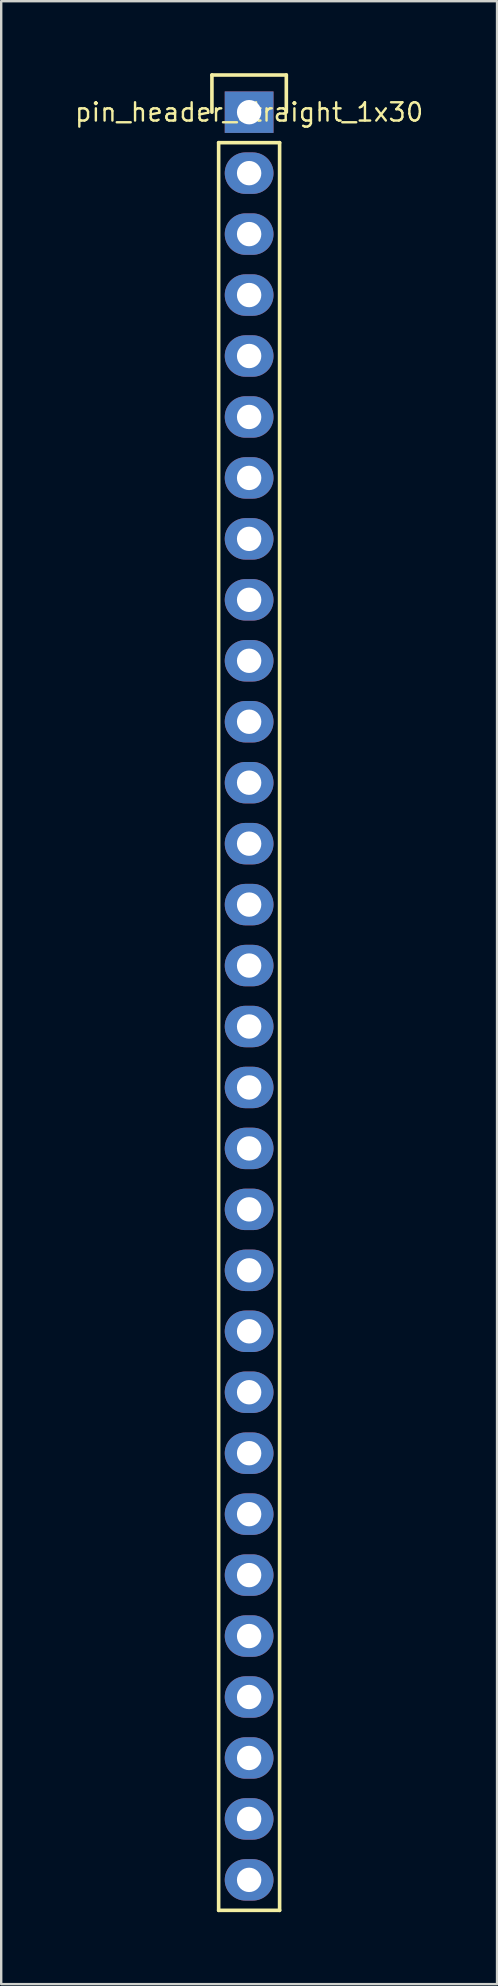
<source format=kicad_pcb>
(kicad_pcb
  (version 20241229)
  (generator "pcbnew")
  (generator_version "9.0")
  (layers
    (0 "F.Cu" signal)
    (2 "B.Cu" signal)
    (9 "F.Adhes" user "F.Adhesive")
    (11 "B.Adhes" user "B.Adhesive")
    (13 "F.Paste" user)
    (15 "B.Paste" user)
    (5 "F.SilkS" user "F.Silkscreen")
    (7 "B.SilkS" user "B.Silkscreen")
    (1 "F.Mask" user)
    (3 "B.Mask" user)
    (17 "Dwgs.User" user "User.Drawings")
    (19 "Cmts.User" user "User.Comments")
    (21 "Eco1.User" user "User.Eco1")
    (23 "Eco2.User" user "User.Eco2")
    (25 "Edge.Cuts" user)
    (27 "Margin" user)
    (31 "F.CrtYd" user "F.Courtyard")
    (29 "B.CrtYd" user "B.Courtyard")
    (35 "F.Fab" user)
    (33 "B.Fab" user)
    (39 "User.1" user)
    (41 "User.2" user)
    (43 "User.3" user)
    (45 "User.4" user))
  (footprint "pin_header_straight_1x30"
    (layer "F.Cu")
    (at 7.331 1.625)
    (property "Reference" "pin_header_straight_1x30" (at 0 0 0) (layer "F.SilkS") (effects (font (size 0.762 0.762) (thickness 0.1))))
    (attr through_hole)
    (fp_poly (pts (xy -1.166 1.014) (xy 1.166 1.014) (xy 1.166 -1.014) (xy -1.166 -1.014)) (stroke (width 0) (type solid)) (fill yes) (layer "F.Mask"))
    (fp_poly (pts (xy 0.152 3.554) (xy 0.35 3.534) (xy 0.54 3.476) (xy 0.716 3.383) (xy 0.869 3.257) (xy 0.995 3.103) (xy 1.089 2.928) (xy 1.147 2.738) (xy 1.166 2.54) (xy 1.147 2.342) (xy 1.089 2.152) (xy 0.995 1.977) (xy 0.869 1.823) (xy 0.716 1.697) (xy 0.54 1.604) (xy 0.35 1.546) (xy 0.152 1.526) (xy -0.152 1.526) (xy -0.35 1.546) (xy -0.54 1.604) (xy -0.716 1.697) (xy -0.869 1.823) (xy -0.995 1.977) (xy -1.089 2.152) (xy -1.147 2.342) (xy -1.166 2.54) (xy -1.147 2.738) (xy -1.089 2.928) (xy -0.995 3.103) (xy -0.869 3.257) (xy -0.716 3.383) (xy -0.54 3.476) (xy -0.35 3.534) (xy -0.152 3.554)) (stroke (width 0) (type solid)) (fill yes) (layer "F.Mask"))
    (fp_poly (pts (xy 0.152 6.094) (xy 0.35 6.074) (xy 0.54 6.016) (xy 0.716 5.923) (xy 0.869 5.797) (xy 0.995 5.643) (xy 1.089 5.468) (xy 1.147 5.278) (xy 1.166 5.08) (xy 1.147 4.882) (xy 1.089 4.692) (xy 0.995 4.517) (xy 0.869 4.363) (xy 0.716 4.237) (xy 0.54 4.144) (xy 0.35 4.086) (xy 0.152 4.066) (xy -0.152 4.066) (xy -0.35 4.086) (xy -0.54 4.144) (xy -0.716 4.237) (xy -0.869 4.363) (xy -0.995 4.517) (xy -1.089 4.692) (xy -1.147 4.882) (xy -1.166 5.08) (xy -1.147 5.278) (xy -1.089 5.468) (xy -0.995 5.643) (xy -0.869 5.797) (xy -0.716 5.923) (xy -0.54 6.016) (xy -0.35 6.074) (xy -0.152 6.094)) (stroke (width 0) (type solid)) (fill yes) (layer "F.Mask"))
    (fp_poly (pts (xy 0.152 8.634) (xy 0.35 8.614) (xy 0.54 8.556) (xy 0.716 8.463) (xy 0.869 8.337) (xy 0.995 8.183) (xy 1.089 8.008) (xy 1.147 7.818) (xy 1.166 7.62) (xy 1.147 7.422) (xy 1.089 7.232) (xy 0.995 7.057) (xy 0.869 6.903) (xy 0.716 6.777) (xy 0.54 6.684) (xy 0.35 6.626) (xy 0.152 6.606) (xy -0.152 6.606) (xy -0.35 6.626) (xy -0.54 6.684) (xy -0.716 6.777) (xy -0.869 6.903) (xy -0.995 7.057) (xy -1.089 7.232) (xy -1.147 7.422) (xy -1.166 7.62) (xy -1.147 7.818) (xy -1.089 8.008) (xy -0.995 8.183) (xy -0.869 8.337) (xy -0.716 8.463) (xy -0.54 8.556) (xy -0.35 8.614) (xy -0.152 8.634)) (stroke (width 0) (type solid)) (fill yes) (layer "F.Mask"))
    (fp_poly (pts (xy 0.152 11.174) (xy 0.35 11.154) (xy 0.54 11.096) (xy 0.716 11.003) (xy 0.869 10.877) (xy 0.995 10.723) (xy 1.089 10.548) (xy 1.147 10.358) (xy 1.166 10.16) (xy 1.147 9.962) (xy 1.089 9.772) (xy 0.995 9.597) (xy 0.869 9.443) (xy 0.716 9.317) (xy 0.54 9.224) (xy 0.35 9.166) (xy 0.152 9.146) (xy -0.152 9.146) (xy -0.35 9.166) (xy -0.54 9.224) (xy -0.716 9.317) (xy -0.869 9.443) (xy -0.995 9.597) (xy -1.089 9.772) (xy -1.147 9.962) (xy -1.166 10.16) (xy -1.147 10.358) (xy -1.089 10.548) (xy -0.995 10.723) (xy -0.869 10.877) (xy -0.716 11.003) (xy -0.54 11.096) (xy -0.35 11.154) (xy -0.152 11.174)) (stroke (width 0) (type solid)) (fill yes) (layer "F.Mask"))
    (fp_poly (pts (xy 0.152 13.714) (xy 0.35 13.694) (xy 0.54 13.636) (xy 0.716 13.543) (xy 0.869 13.417) (xy 0.995 13.263) (xy 1.089 13.088) (xy 1.147 12.898) (xy 1.166 12.7) (xy 1.147 12.502) (xy 1.089 12.312) (xy 0.995 12.137) (xy 0.869 11.983) (xy 0.716 11.857) (xy 0.54 11.764) (xy 0.35 11.706) (xy 0.152 11.686) (xy -0.152 11.686) (xy -0.35 11.706) (xy -0.54 11.764) (xy -0.716 11.857) (xy -0.869 11.983) (xy -0.995 12.137) (xy -1.089 12.312) (xy -1.147 12.502) (xy -1.166 12.7) (xy -1.147 12.898) (xy -1.089 13.088) (xy -0.995 13.263) (xy -0.869 13.417) (xy -0.716 13.543) (xy -0.54 13.636) (xy -0.35 13.694) (xy -0.152 13.714)) (stroke (width 0) (type solid)) (fill yes) (layer "F.Mask"))
    (fp_poly (pts (xy 0.152 16.254) (xy 0.35 16.234) (xy 0.54 16.176) (xy 0.716 16.083) (xy 0.869 15.957) (xy 0.995 15.803) (xy 1.089 15.628) (xy 1.147 15.438) (xy 1.166 15.24) (xy 1.147 15.042) (xy 1.089 14.852) (xy 0.995 14.677) (xy 0.869 14.523) (xy 0.716 14.397) (xy 0.54 14.304) (xy 0.35 14.246) (xy 0.152 14.226) (xy -0.152 14.226) (xy -0.35 14.246) (xy -0.54 14.304) (xy -0.716 14.397) (xy -0.869 14.523) (xy -0.995 14.677) (xy -1.089 14.852) (xy -1.147 15.042) (xy -1.166 15.24) (xy -1.147 15.438) (xy -1.089 15.628) (xy -0.995 15.803) (xy -0.869 15.957) (xy -0.716 16.083) (xy -0.54 16.176) (xy -0.35 16.234) (xy -0.152 16.254)) (stroke (width 0) (type solid)) (fill yes) (layer "F.Mask"))
    (fp_poly (pts (xy 0.152 18.794) (xy 0.35 18.774) (xy 0.54 18.716) (xy 0.716 18.623) (xy 0.869 18.497) (xy 0.995 18.343) (xy 1.089 18.168) (xy 1.147 17.978) (xy 1.166 17.78) (xy 1.147 17.582) (xy 1.089 17.392) (xy 0.995 17.217) (xy 0.869 17.063) (xy 0.716 16.937) (xy 0.54 16.844) (xy 0.35 16.786) (xy 0.152 16.766) (xy -0.152 16.766) (xy -0.35 16.786) (xy -0.54 16.844) (xy -0.716 16.937) (xy -0.869 17.063) (xy -0.995 17.217) (xy -1.089 17.392) (xy -1.147 17.582) (xy -1.166 17.78) (xy -1.147 17.978) (xy -1.089 18.168) (xy -0.995 18.343) (xy -0.869 18.497) (xy -0.716 18.623) (xy -0.54 18.716) (xy -0.35 18.774) (xy -0.152 18.794)) (stroke (width 0) (type solid)) (fill yes) (layer "F.Mask"))
    (fp_poly (pts (xy 0.152 21.334) (xy 0.35 21.314) (xy 0.54 21.256) (xy 0.716 21.163) (xy 0.869 21.037) (xy 0.995 20.883) (xy 1.089 20.708) (xy 1.147 20.518) (xy 1.166 20.32) (xy 1.147 20.122) (xy 1.089 19.932) (xy 0.995 19.757) (xy 0.869 19.603) (xy 0.716 19.477) (xy 0.54 19.384) (xy 0.35 19.326) (xy 0.152 19.306) (xy -0.152 19.306) (xy -0.35 19.326) (xy -0.54 19.384) (xy -0.716 19.477) (xy -0.869 19.603) (xy -0.995 19.757) (xy -1.089 19.932) (xy -1.147 20.122) (xy -1.166 20.32) (xy -1.147 20.518) (xy -1.089 20.708) (xy -0.995 20.883) (xy -0.869 21.037) (xy -0.716 21.163) (xy -0.54 21.256) (xy -0.35 21.314) (xy -0.152 21.334)) (stroke (width 0) (type solid)) (fill yes) (layer "F.Mask"))
    (fp_poly (pts (xy 0.152 23.874) (xy 0.35 23.854) (xy 0.54 23.796) (xy 0.716 23.703) (xy 0.869 23.577) (xy 0.995 23.423) (xy 1.089 23.248) (xy 1.147 23.058) (xy 1.166 22.86) (xy 1.147 22.662) (xy 1.089 22.472) (xy 0.995 22.297) (xy 0.869 22.143) (xy 0.716 22.017) (xy 0.54 21.924) (xy 0.35 21.866) (xy 0.152 21.846) (xy -0.152 21.846) (xy -0.35 21.866) (xy -0.54 21.924) (xy -0.716 22.017) (xy -0.869 22.143) (xy -0.995 22.297) (xy -1.089 22.472) (xy -1.147 22.662) (xy -1.166 22.86) (xy -1.147 23.058) (xy -1.089 23.248) (xy -0.995 23.423) (xy -0.869 23.577) (xy -0.716 23.703) (xy -0.54 23.796) (xy -0.35 23.854) (xy -0.152 23.874)) (stroke (width 0) (type solid)) (fill yes) (layer "F.Mask"))
    (fp_poly (pts (xy 0.152 26.414) (xy 0.35 26.394) (xy 0.54 26.336) (xy 0.716 26.243) (xy 0.869 26.117) (xy 0.995 25.963) (xy 1.089 25.788) (xy 1.147 25.598) (xy 1.166 25.4) (xy 1.147 25.202) (xy 1.089 25.012) (xy 0.995 24.837) (xy 0.869 24.683) (xy 0.716 24.557) (xy 0.54 24.464) (xy 0.35 24.406) (xy 0.152 24.386) (xy -0.152 24.386) (xy -0.35 24.406) (xy -0.54 24.464) (xy -0.716 24.557) (xy -0.869 24.683) (xy -0.995 24.837) (xy -1.089 25.012) (xy -1.147 25.202) (xy -1.166 25.4) (xy -1.147 25.598) (xy -1.089 25.788) (xy -0.995 25.963) (xy -0.869 26.117) (xy -0.716 26.243) (xy -0.54 26.336) (xy -0.35 26.394) (xy -0.152 26.414)) (stroke (width 0) (type solid)) (fill yes) (layer "F.Mask"))
    (fp_poly (pts (xy 0.152 28.954) (xy 0.35 28.934) (xy 0.54 28.876) (xy 0.716 28.783) (xy 0.869 28.657) (xy 0.995 28.503) (xy 1.089 28.328) (xy 1.147 28.138) (xy 1.166 27.94) (xy 1.147 27.742) (xy 1.089 27.552) (xy 0.995 27.377) (xy 0.869 27.223) (xy 0.716 27.097) (xy 0.54 27.004) (xy 0.35 26.946) (xy 0.152 26.926) (xy -0.152 26.926) (xy -0.35 26.946) (xy -0.54 27.004) (xy -0.716 27.097) (xy -0.869 27.223) (xy -0.995 27.377) (xy -1.089 27.552) (xy -1.147 27.742) (xy -1.166 27.94) (xy -1.147 28.138) (xy -1.089 28.328) (xy -0.995 28.503) (xy -0.869 28.657) (xy -0.716 28.783) (xy -0.54 28.876) (xy -0.35 28.934) (xy -0.152 28.954)) (stroke (width 0) (type solid)) (fill yes) (layer "F.Mask"))
    (fp_poly (pts (xy 0.152 31.494) (xy 0.35 31.474) (xy 0.54 31.416) (xy 0.716 31.323) (xy 0.869 31.197) (xy 0.995 31.043) (xy 1.089 30.868) (xy 1.147 30.678) (xy 1.166 30.48) (xy 1.147 30.282) (xy 1.089 30.092) (xy 0.995 29.917) (xy 0.869 29.763) (xy 0.716 29.637) (xy 0.54 29.544) (xy 0.35 29.486) (xy 0.152 29.466) (xy -0.152 29.466) (xy -0.35 29.486) (xy -0.54 29.544) (xy -0.716 29.637) (xy -0.869 29.763) (xy -0.995 29.917) (xy -1.089 30.092) (xy -1.147 30.282) (xy -1.166 30.48) (xy -1.147 30.678) (xy -1.089 30.868) (xy -0.995 31.043) (xy -0.869 31.197) (xy -0.716 31.323) (xy -0.54 31.416) (xy -0.35 31.474) (xy -0.152 31.494)) (stroke (width 0) (type solid)) (fill yes) (layer "F.Mask"))
    (fp_poly (pts (xy 0.152 34.034) (xy 0.35 34.014) (xy 0.54 33.956) (xy 0.716 33.863) (xy 0.869 33.737) (xy 0.995 33.583) (xy 1.089 33.408) (xy 1.147 33.218) (xy 1.166 33.02) (xy 1.147 32.822) (xy 1.089 32.632) (xy 0.995 32.457) (xy 0.869 32.303) (xy 0.716 32.177) (xy 0.54 32.084) (xy 0.35 32.026) (xy 0.152 32.006) (xy -0.152 32.006) (xy -0.35 32.026) (xy -0.54 32.084) (xy -0.716 32.177) (xy -0.869 32.303) (xy -0.995 32.457) (xy -1.089 32.632) (xy -1.147 32.822) (xy -1.166 33.02) (xy -1.147 33.218) (xy -1.089 33.408) (xy -0.995 33.583) (xy -0.869 33.737) (xy -0.716 33.863) (xy -0.54 33.956) (xy -0.35 34.014) (xy -0.152 34.034)) (stroke (width 0) (type solid)) (fill yes) (layer "F.Mask"))
    (fp_poly (pts (xy 0.152 36.574) (xy 0.35 36.554) (xy 0.54 36.496) (xy 0.716 36.403) (xy 0.869 36.277) (xy 0.995 36.123) (xy 1.089 35.948) (xy 1.147 35.758) (xy 1.166 35.56) (xy 1.147 35.362) (xy 1.089 35.172) (xy 0.995 34.997) (xy 0.869 34.843) (xy 0.716 34.717) (xy 0.54 34.624) (xy 0.35 34.566) (xy 0.152 34.546) (xy -0.152 34.546) (xy -0.35 34.566) (xy -0.54 34.624) (xy -0.716 34.717) (xy -0.869 34.843) (xy -0.995 34.997) (xy -1.089 35.172) (xy -1.147 35.362) (xy -1.166 35.56) (xy -1.147 35.758) (xy -1.089 35.948) (xy -0.995 36.123) (xy -0.869 36.277) (xy -0.716 36.403) (xy -0.54 36.496) (xy -0.35 36.554) (xy -0.152 36.574)) (stroke (width 0) (type solid)) (fill yes) (layer "F.Mask"))
    (fp_poly (pts (xy 0.152 39.114) (xy 0.35 39.094) (xy 0.54 39.036) (xy 0.716 38.943) (xy 0.869 38.817) (xy 0.995 38.663) (xy 1.089 38.488) (xy 1.147 38.298) (xy 1.166 38.1) (xy 1.147 37.902) (xy 1.089 37.712) (xy 0.995 37.537) (xy 0.869 37.383) (xy 0.716 37.257) (xy 0.54 37.164) (xy 0.35 37.106) (xy 0.152 37.086) (xy -0.152 37.086) (xy -0.35 37.106) (xy -0.54 37.164) (xy -0.716 37.257) (xy -0.869 37.383) (xy -0.995 37.537) (xy -1.089 37.712) (xy -1.147 37.902) (xy -1.166 38.1) (xy -1.147 38.298) (xy -1.089 38.488) (xy -0.995 38.663) (xy -0.869 38.817) (xy -0.716 38.943) (xy -0.54 39.036) (xy -0.35 39.094) (xy -0.152 39.114)) (stroke (width 0) (type solid)) (fill yes) (layer "F.Mask"))
    (fp_poly (pts (xy 0.152 41.654) (xy 0.35 41.634) (xy 0.54 41.576) (xy 0.716 41.483) (xy 0.869 41.357) (xy 0.995 41.203) (xy 1.089 41.028) (xy 1.147 40.838) (xy 1.166 40.64) (xy 1.147 40.442) (xy 1.089 40.252) (xy 0.995 40.077) (xy 0.869 39.923) (xy 0.716 39.797) (xy 0.54 39.704) (xy 0.35 39.646) (xy 0.152 39.626) (xy -0.152 39.626) (xy -0.35 39.646) (xy -0.54 39.704) (xy -0.716 39.797) (xy -0.869 39.923) (xy -0.995 40.077) (xy -1.089 40.252) (xy -1.147 40.442) (xy -1.166 40.64) (xy -1.147 40.838) (xy -1.089 41.028) (xy -0.995 41.203) (xy -0.869 41.357) (xy -0.716 41.483) (xy -0.54 41.576) (xy -0.35 41.634) (xy -0.152 41.654)) (stroke (width 0) (type solid)) (fill yes) (layer "F.Mask"))
    (fp_poly (pts (xy 0.152 44.194) (xy 0.35 44.174) (xy 0.54 44.116) (xy 0.716 44.023) (xy 0.869 43.897) (xy 0.995 43.743) (xy 1.089 43.568) (xy 1.147 43.378) (xy 1.166 43.18) (xy 1.147 42.982) (xy 1.089 42.792) (xy 0.995 42.617) (xy 0.869 42.463) (xy 0.716 42.337) (xy 0.54 42.244) (xy 0.35 42.186) (xy 0.152 42.166) (xy -0.152 42.166) (xy -0.35 42.186) (xy -0.54 42.244) (xy -0.716 42.337) (xy -0.869 42.463) (xy -0.995 42.617) (xy -1.089 42.792) (xy -1.147 42.982) (xy -1.166 43.18) (xy -1.147 43.378) (xy -1.089 43.568) (xy -0.995 43.743) (xy -0.869 43.897) (xy -0.716 44.023) (xy -0.54 44.116) (xy -0.35 44.174) (xy -0.152 44.194)) (stroke (width 0) (type solid)) (fill yes) (layer "F.Mask"))
    (fp_poly (pts (xy 0.152 46.734) (xy 0.35 46.714) (xy 0.54 46.656) (xy 0.716 46.563) (xy 0.869 46.437) (xy 0.995 46.283) (xy 1.089 46.108) (xy 1.147 45.918) (xy 1.166 45.72) (xy 1.147 45.522) (xy 1.089 45.332) (xy 0.995 45.157) (xy 0.869 45.003) (xy 0.716 44.877) (xy 0.54 44.784) (xy 0.35 44.726) (xy 0.152 44.706) (xy -0.152 44.706) (xy -0.35 44.726) (xy -0.54 44.784) (xy -0.716 44.877) (xy -0.869 45.003) (xy -0.995 45.157) (xy -1.089 45.332) (xy -1.147 45.522) (xy -1.166 45.72) (xy -1.147 45.918) (xy -1.089 46.108) (xy -0.995 46.283) (xy -0.869 46.437) (xy -0.716 46.563) (xy -0.54 46.656) (xy -0.35 46.714) (xy -0.152 46.734)) (stroke (width 0) (type solid)) (fill yes) (layer "F.Mask"))
    (fp_poly (pts (xy 0.152 49.274) (xy 0.35 49.254) (xy 0.54 49.196) (xy 0.716 49.103) (xy 0.869 48.977) (xy 0.995 48.823) (xy 1.089 48.648) (xy 1.147 48.458) (xy 1.166 48.26) (xy 1.147 48.062) (xy 1.089 47.872) (xy 0.995 47.697) (xy 0.869 47.543) (xy 0.716 47.417) (xy 0.54 47.324) (xy 0.35 47.266) (xy 0.152 47.246) (xy -0.152 47.246) (xy -0.35 47.266) (xy -0.54 47.324) (xy -0.716 47.417) (xy -0.869 47.543) (xy -0.995 47.697) (xy -1.089 47.872) (xy -1.147 48.062) (xy -1.166 48.26) (xy -1.147 48.458) (xy -1.089 48.648) (xy -0.995 48.823) (xy -0.869 48.977) (xy -0.716 49.103) (xy -0.54 49.196) (xy -0.35 49.254) (xy -0.152 49.274)) (stroke (width 0) (type solid)) (fill yes) (layer "F.Mask"))
    (fp_poly (pts (xy 0.152 51.814) (xy 0.35 51.794) (xy 0.54 51.736) (xy 0.716 51.643) (xy 0.869 51.517) (xy 0.995 51.363) (xy 1.089 51.188) (xy 1.147 50.998) (xy 1.166 50.8) (xy 1.147 50.602) (xy 1.089 50.412) (xy 0.995 50.237) (xy 0.869 50.083) (xy 0.716 49.957) (xy 0.54 49.864) (xy 0.35 49.806) (xy 0.152 49.786) (xy -0.152 49.786) (xy -0.35 49.806) (xy -0.54 49.864) (xy -0.716 49.957) (xy -0.869 50.083) (xy -0.995 50.237) (xy -1.089 50.412) (xy -1.147 50.602) (xy -1.166 50.8) (xy -1.147 50.998) (xy -1.089 51.188) (xy -0.995 51.363) (xy -0.869 51.517) (xy -0.716 51.643) (xy -0.54 51.736) (xy -0.35 51.794) (xy -0.152 51.814)) (stroke (width 0) (type solid)) (fill yes) (layer "F.Mask"))
    (fp_poly (pts (xy 0.152 54.354) (xy 0.35 54.334) (xy 0.54 54.276) (xy 0.716 54.183) (xy 0.869 54.057) (xy 0.995 53.903) (xy 1.089 53.728) (xy 1.147 53.538) (xy 1.166 53.34) (xy 1.147 53.142) (xy 1.089 52.952) (xy 0.995 52.777) (xy 0.869 52.623) (xy 0.716 52.497) (xy 0.54 52.404) (xy 0.35 52.346) (xy 0.152 52.326) (xy -0.152 52.326) (xy -0.35 52.346) (xy -0.54 52.404) (xy -0.716 52.497) (xy -0.869 52.623) (xy -0.995 52.777) (xy -1.089 52.952) (xy -1.147 53.142) (xy -1.166 53.34) (xy -1.147 53.538) (xy -1.089 53.728) (xy -0.995 53.903) (xy -0.869 54.057) (xy -0.716 54.183) (xy -0.54 54.276) (xy -0.35 54.334) (xy -0.152 54.354)) (stroke (width 0) (type solid)) (fill yes) (layer "F.Mask"))
    (fp_poly (pts (xy 0.152 56.894) (xy 0.35 56.874) (xy 0.54 56.816) (xy 0.716 56.723) (xy 0.869 56.597) (xy 0.995 56.443) (xy 1.089 56.268) (xy 1.147 56.078) (xy 1.166 55.88) (xy 1.147 55.682) (xy 1.089 55.492) (xy 0.995 55.317) (xy 0.869 55.163) (xy 0.716 55.037) (xy 0.54 54.944) (xy 0.35 54.886) (xy 0.152 54.866) (xy -0.152 54.866) (xy -0.35 54.886) (xy -0.54 54.944) (xy -0.716 55.037) (xy -0.869 55.163) (xy -0.995 55.317) (xy -1.089 55.492) (xy -1.147 55.682) (xy -1.166 55.88) (xy -1.147 56.078) (xy -1.089 56.268) (xy -0.995 56.443) (xy -0.869 56.597) (xy -0.716 56.723) (xy -0.54 56.816) (xy -0.35 56.874) (xy -0.152 56.894)) (stroke (width 0) (type solid)) (fill yes) (layer "F.Mask"))
    (fp_poly (pts (xy 0.152 59.434) (xy 0.35 59.414) (xy 0.54 59.356) (xy 0.716 59.263) (xy 0.869 59.137) (xy 0.995 58.983) (xy 1.089 58.808) (xy 1.147 58.618) (xy 1.166 58.42) (xy 1.147 58.222) (xy 1.089 58.032) (xy 0.995 57.857) (xy 0.869 57.703) (xy 0.716 57.577) (xy 0.54 57.484) (xy 0.35 57.426) (xy 0.152 57.406) (xy -0.152 57.406) (xy -0.35 57.426) (xy -0.54 57.484) (xy -0.716 57.577) (xy -0.869 57.703) (xy -0.995 57.857) (xy -1.089 58.032) (xy -1.147 58.222) (xy -1.166 58.42) (xy -1.147 58.618) (xy -1.089 58.808) (xy -0.995 58.983) (xy -0.869 59.137) (xy -0.716 59.263) (xy -0.54 59.356) (xy -0.35 59.414) (xy -0.152 59.434)) (stroke (width 0) (type solid)) (fill yes) (layer "F.Mask"))
    (fp_poly (pts (xy 0.152 61.974) (xy 0.35 61.954) (xy 0.54 61.896) (xy 0.716 61.803) (xy 0.869 61.677) (xy 0.995 61.523) (xy 1.089 61.348) (xy 1.147 61.158) (xy 1.166 60.96) (xy 1.147 60.762) (xy 1.089 60.572) (xy 0.995 60.397) (xy 0.869 60.243) (xy 0.716 60.117) (xy 0.54 60.024) (xy 0.35 59.966) (xy 0.152 59.946) (xy -0.152 59.946) (xy -0.35 59.966) (xy -0.54 60.024) (xy -0.716 60.117) (xy -0.869 60.243) (xy -0.995 60.397) (xy -1.089 60.572) (xy -1.147 60.762) (xy -1.166 60.96) (xy -1.147 61.158) (xy -1.089 61.348) (xy -0.995 61.523) (xy -0.869 61.677) (xy -0.716 61.803) (xy -0.54 61.896) (xy -0.35 61.954) (xy -0.152 61.974)) (stroke (width 0) (type solid)) (fill yes) (layer "F.Mask"))
    (fp_poly (pts (xy 0.152 64.514) (xy 0.35 64.494) (xy 0.54 64.436) (xy 0.716 64.343) (xy 0.869 64.217) (xy 0.995 64.063) (xy 1.089 63.888) (xy 1.147 63.698) (xy 1.166 63.5) (xy 1.147 63.302) (xy 1.089 63.112) (xy 0.995 62.937) (xy 0.869 62.783) (xy 0.716 62.657) (xy 0.54 62.564) (xy 0.35 62.506) (xy 0.152 62.486) (xy -0.152 62.486) (xy -0.35 62.506) (xy -0.54 62.564) (xy -0.716 62.657) (xy -0.869 62.783) (xy -0.995 62.937) (xy -1.089 63.112) (xy -1.147 63.302) (xy -1.166 63.5) (xy -1.147 63.698) (xy -1.089 63.888) (xy -0.995 64.063) (xy -0.869 64.217) (xy -0.716 64.343) (xy -0.54 64.436) (xy -0.35 64.494) (xy -0.152 64.514)) (stroke (width 0) (type solid)) (fill yes) (layer "F.Mask"))
    (fp_poly (pts (xy 0.152 67.054) (xy 0.35 67.034) (xy 0.54 66.976) (xy 0.716 66.883) (xy 0.869 66.757) (xy 0.995 66.603) (xy 1.089 66.428) (xy 1.147 66.238) (xy 1.166 66.04) (xy 1.147 65.842) (xy 1.089 65.652) (xy 0.995 65.477) (xy 0.869 65.323) (xy 0.716 65.197) (xy 0.54 65.104) (xy 0.35 65.046) (xy 0.152 65.026) (xy -0.152 65.026) (xy -0.35 65.046) (xy -0.54 65.104) (xy -0.716 65.197) (xy -0.869 65.323) (xy -0.995 65.477) (xy -1.089 65.652) (xy -1.147 65.842) (xy -1.166 66.04) (xy -1.147 66.238) (xy -1.089 66.428) (xy -0.995 66.603) (xy -0.869 66.757) (xy -0.716 66.883) (xy -0.54 66.976) (xy -0.35 67.034) (xy -0.152 67.054)) (stroke (width 0) (type solid)) (fill yes) (layer "F.Mask"))
    (fp_poly (pts (xy 0.152 69.594) (xy 0.35 69.574) (xy 0.54 69.516) (xy 0.716 69.423) (xy 0.869 69.297) (xy 0.995 69.143) (xy 1.089 68.968) (xy 1.147 68.778) (xy 1.166 68.58) (xy 1.147 68.382) (xy 1.089 68.192) (xy 0.995 68.017) (xy 0.869 67.863) (xy 0.716 67.737) (xy 0.54 67.644) (xy 0.35 67.586) (xy 0.152 67.566) (xy -0.152 67.566) (xy -0.35 67.586) (xy -0.54 67.644) (xy -0.716 67.737) (xy -0.869 67.863) (xy -0.995 68.017) (xy -1.089 68.192) (xy -1.147 68.382) (xy -1.166 68.58) (xy -1.147 68.778) (xy -1.089 68.968) (xy -0.995 69.143) (xy -0.869 69.297) (xy -0.716 69.423) (xy -0.54 69.516) (xy -0.35 69.574) (xy -0.152 69.594)) (stroke (width 0) (type solid)) (fill yes) (layer "F.Mask"))
    (fp_poly (pts (xy 0.152 72.134) (xy 0.35 72.114) (xy 0.54 72.056) (xy 0.716 71.963) (xy 0.869 71.837) (xy 0.995 71.683) (xy 1.089 71.508) (xy 1.147 71.318) (xy 1.166 71.12) (xy 1.147 70.922) (xy 1.089 70.732) (xy 0.995 70.557) (xy 0.869 70.403) (xy 0.716 70.277) (xy 0.54 70.184) (xy 0.35 70.126) (xy 0.152 70.106) (xy -0.152 70.106) (xy -0.35 70.126) (xy -0.54 70.184) (xy -0.716 70.277) (xy -0.869 70.403) (xy -0.995 70.557) (xy -1.089 70.732) (xy -1.147 70.922) (xy -1.166 71.12) (xy -1.147 71.318) (xy -1.089 71.508) (xy -0.995 71.683) (xy -0.869 71.837) (xy -0.716 71.963) (xy -0.54 72.056) (xy -0.35 72.114) (xy -0.152 72.134)) (stroke (width 0) (type solid)) (fill yes) (layer "F.Mask"))
    (fp_poly (pts (xy 0.152 74.674) (xy 0.35 74.654) (xy 0.54 74.596) (xy 0.716 74.503) (xy 0.869 74.377) (xy 0.995 74.223) (xy 1.089 74.048) (xy 1.147 73.858) (xy 1.166 73.66) (xy 1.147 73.462) (xy 1.089 73.272) (xy 0.995 73.097) (xy 0.869 72.943) (xy 0.716 72.817) (xy 0.54 72.724) (xy 0.35 72.666) (xy 0.152 72.646) (xy -0.152 72.646) (xy -0.35 72.666) (xy -0.54 72.724) (xy -0.716 72.817) (xy -0.869 72.943) (xy -0.995 73.097) (xy -1.089 73.272) (xy -1.147 73.462) (xy -1.166 73.66) (xy -1.147 73.858) (xy -1.089 74.048) (xy -0.995 74.223) (xy -0.869 74.377) (xy -0.716 74.503) (xy -0.54 74.596) (xy -0.35 74.654) (xy -0.152 74.674)) (stroke (width 0) (type solid)) (fill yes) (layer "F.Mask"))
    (fp_poly (pts (xy -1.166 1.014) (xy 1.166 1.014) (xy 1.166 -1.014) (xy -1.166 -1.014)) (stroke (width 0) (type solid)) (fill yes) (layer "B.Mask"))
    (fp_poly (pts (xy 0.152 3.554) (xy 0.35 3.534) (xy 0.54 3.476) (xy 0.716 3.383) (xy 0.869 3.257) (xy 0.995 3.103) (xy 1.089 2.928) (xy 1.147 2.738) (xy 1.166 2.54) (xy 1.147 2.342) (xy 1.089 2.152) (xy 0.995 1.977) (xy 0.869 1.823) (xy 0.716 1.697) (xy 0.54 1.604) (xy 0.35 1.546) (xy 0.152 1.526) (xy -0.152 1.526) (xy -0.35 1.546) (xy -0.54 1.604) (xy -0.716 1.697) (xy -0.869 1.823) (xy -0.995 1.977) (xy -1.089 2.152) (xy -1.147 2.342) (xy -1.166 2.54) (xy -1.147 2.738) (xy -1.089 2.928) (xy -0.995 3.103) (xy -0.869 3.257) (xy -0.716 3.383) (xy -0.54 3.476) (xy -0.35 3.534) (xy -0.152 3.554)) (stroke (width 0) (type solid)) (fill yes) (layer "B.Mask"))
    (fp_poly (pts (xy 0.152 6.094) (xy 0.35 6.074) (xy 0.54 6.016) (xy 0.716 5.923) (xy 0.869 5.797) (xy 0.995 5.643) (xy 1.089 5.468) (xy 1.147 5.278) (xy 1.166 5.08) (xy 1.147 4.882) (xy 1.089 4.692) (xy 0.995 4.517) (xy 0.869 4.363) (xy 0.716 4.237) (xy 0.54 4.144) (xy 0.35 4.086) (xy 0.152 4.066) (xy -0.152 4.066) (xy -0.35 4.086) (xy -0.54 4.144) (xy -0.716 4.237) (xy -0.869 4.363) (xy -0.995 4.517) (xy -1.089 4.692) (xy -1.147 4.882) (xy -1.166 5.08) (xy -1.147 5.278) (xy -1.089 5.468) (xy -0.995 5.643) (xy -0.869 5.797) (xy -0.716 5.923) (xy -0.54 6.016) (xy -0.35 6.074) (xy -0.152 6.094)) (stroke (width 0) (type solid)) (fill yes) (layer "B.Mask"))
    (fp_poly (pts (xy 0.152 8.634) (xy 0.35 8.614) (xy 0.54 8.556) (xy 0.716 8.463) (xy 0.869 8.337) (xy 0.995 8.183) (xy 1.089 8.008) (xy 1.147 7.818) (xy 1.166 7.62) (xy 1.147 7.422) (xy 1.089 7.232) (xy 0.995 7.057) (xy 0.869 6.903) (xy 0.716 6.777) (xy 0.54 6.684) (xy 0.35 6.626) (xy 0.152 6.606) (xy -0.152 6.606) (xy -0.35 6.626) (xy -0.54 6.684) (xy -0.716 6.777) (xy -0.869 6.903) (xy -0.995 7.057) (xy -1.089 7.232) (xy -1.147 7.422) (xy -1.166 7.62) (xy -1.147 7.818) (xy -1.089 8.008) (xy -0.995 8.183) (xy -0.869 8.337) (xy -0.716 8.463) (xy -0.54 8.556) (xy -0.35 8.614) (xy -0.152 8.634)) (stroke (width 0) (type solid)) (fill yes) (layer "B.Mask"))
    (fp_poly (pts (xy 0.152 11.174) (xy 0.35 11.154) (xy 0.54 11.096) (xy 0.716 11.003) (xy 0.869 10.877) (xy 0.995 10.723) (xy 1.089 10.548) (xy 1.147 10.358) (xy 1.166 10.16) (xy 1.147 9.962) (xy 1.089 9.772) (xy 0.995 9.597) (xy 0.869 9.443) (xy 0.716 9.317) (xy 0.54 9.224) (xy 0.35 9.166) (xy 0.152 9.146) (xy -0.152 9.146) (xy -0.35 9.166) (xy -0.54 9.224) (xy -0.716 9.317) (xy -0.869 9.443) (xy -0.995 9.597) (xy -1.089 9.772) (xy -1.147 9.962) (xy -1.166 10.16) (xy -1.147 10.358) (xy -1.089 10.548) (xy -0.995 10.723) (xy -0.869 10.877) (xy -0.716 11.003) (xy -0.54 11.096) (xy -0.35 11.154) (xy -0.152 11.174)) (stroke (width 0) (type solid)) (fill yes) (layer "B.Mask"))
    (fp_poly (pts (xy 0.152 13.714) (xy 0.35 13.694) (xy 0.54 13.636) (xy 0.716 13.543) (xy 0.869 13.417) (xy 0.995 13.263) (xy 1.089 13.088) (xy 1.147 12.898) (xy 1.166 12.7) (xy 1.147 12.502) (xy 1.089 12.312) (xy 0.995 12.137) (xy 0.869 11.983) (xy 0.716 11.857) (xy 0.54 11.764) (xy 0.35 11.706) (xy 0.152 11.686) (xy -0.152 11.686) (xy -0.35 11.706) (xy -0.54 11.764) (xy -0.716 11.857) (xy -0.869 11.983) (xy -0.995 12.137) (xy -1.089 12.312) (xy -1.147 12.502) (xy -1.166 12.7) (xy -1.147 12.898) (xy -1.089 13.088) (xy -0.995 13.263) (xy -0.869 13.417) (xy -0.716 13.543) (xy -0.54 13.636) (xy -0.35 13.694) (xy -0.152 13.714)) (stroke (width 0) (type solid)) (fill yes) (layer "B.Mask"))
    (fp_poly (pts (xy 0.152 16.254) (xy 0.35 16.234) (xy 0.54 16.176) (xy 0.716 16.083) (xy 0.869 15.957) (xy 0.995 15.803) (xy 1.089 15.628) (xy 1.147 15.438) (xy 1.166 15.24) (xy 1.147 15.042) (xy 1.089 14.852) (xy 0.995 14.677) (xy 0.869 14.523) (xy 0.716 14.397) (xy 0.54 14.304) (xy 0.35 14.246) (xy 0.152 14.226) (xy -0.152 14.226) (xy -0.35 14.246) (xy -0.54 14.304) (xy -0.716 14.397) (xy -0.869 14.523) (xy -0.995 14.677) (xy -1.089 14.852) (xy -1.147 15.042) (xy -1.166 15.24) (xy -1.147 15.438) (xy -1.089 15.628) (xy -0.995 15.803) (xy -0.869 15.957) (xy -0.716 16.083) (xy -0.54 16.176) (xy -0.35 16.234) (xy -0.152 16.254)) (stroke (width 0) (type solid)) (fill yes) (layer "B.Mask"))
    (fp_poly (pts (xy 0.152 18.794) (xy 0.35 18.774) (xy 0.54 18.716) (xy 0.716 18.623) (xy 0.869 18.497) (xy 0.995 18.343) (xy 1.089 18.168) (xy 1.147 17.978) (xy 1.166 17.78) (xy 1.147 17.582) (xy 1.089 17.392) (xy 0.995 17.217) (xy 0.869 17.063) (xy 0.716 16.937) (xy 0.54 16.844) (xy 0.35 16.786) (xy 0.152 16.766) (xy -0.152 16.766) (xy -0.35 16.786) (xy -0.54 16.844) (xy -0.716 16.937) (xy -0.869 17.063) (xy -0.995 17.217) (xy -1.089 17.392) (xy -1.147 17.582) (xy -1.166 17.78) (xy -1.147 17.978) (xy -1.089 18.168) (xy -0.995 18.343) (xy -0.869 18.497) (xy -0.716 18.623) (xy -0.54 18.716) (xy -0.35 18.774) (xy -0.152 18.794)) (stroke (width 0) (type solid)) (fill yes) (layer "B.Mask"))
    (fp_poly (pts (xy 0.152 21.334) (xy 0.35 21.314) (xy 0.54 21.256) (xy 0.716 21.163) (xy 0.869 21.037) (xy 0.995 20.883) (xy 1.089 20.708) (xy 1.147 20.518) (xy 1.166 20.32) (xy 1.147 20.122) (xy 1.089 19.932) (xy 0.995 19.757) (xy 0.869 19.603) (xy 0.716 19.477) (xy 0.54 19.384) (xy 0.35 19.326) (xy 0.152 19.306) (xy -0.152 19.306) (xy -0.35 19.326) (xy -0.54 19.384) (xy -0.716 19.477) (xy -0.869 19.603) (xy -0.995 19.757) (xy -1.089 19.932) (xy -1.147 20.122) (xy -1.166 20.32) (xy -1.147 20.518) (xy -1.089 20.708) (xy -0.995 20.883) (xy -0.869 21.037) (xy -0.716 21.163) (xy -0.54 21.256) (xy -0.35 21.314) (xy -0.152 21.334)) (stroke (width 0) (type solid)) (fill yes) (layer "B.Mask"))
    (fp_poly (pts (xy 0.152 23.874) (xy 0.35 23.854) (xy 0.54 23.796) (xy 0.716 23.703) (xy 0.869 23.577) (xy 0.995 23.423) (xy 1.089 23.248) (xy 1.147 23.058) (xy 1.166 22.86) (xy 1.147 22.662) (xy 1.089 22.472) (xy 0.995 22.297) (xy 0.869 22.143) (xy 0.716 22.017) (xy 0.54 21.924) (xy 0.35 21.866) (xy 0.152 21.846) (xy -0.152 21.846) (xy -0.35 21.866) (xy -0.54 21.924) (xy -0.716 22.017) (xy -0.869 22.143) (xy -0.995 22.297) (xy -1.089 22.472) (xy -1.147 22.662) (xy -1.166 22.86) (xy -1.147 23.058) (xy -1.089 23.248) (xy -0.995 23.423) (xy -0.869 23.577) (xy -0.716 23.703) (xy -0.54 23.796) (xy -0.35 23.854) (xy -0.152 23.874)) (stroke (width 0) (type solid)) (fill yes) (layer "B.Mask"))
    (fp_poly (pts (xy 0.152 26.414) (xy 0.35 26.394) (xy 0.54 26.336) (xy 0.716 26.243) (xy 0.869 26.117) (xy 0.995 25.963) (xy 1.089 25.788) (xy 1.147 25.598) (xy 1.166 25.4) (xy 1.147 25.202) (xy 1.089 25.012) (xy 0.995 24.837) (xy 0.869 24.683) (xy 0.716 24.557) (xy 0.54 24.464) (xy 0.35 24.406) (xy 0.152 24.386) (xy -0.152 24.386) (xy -0.35 24.406) (xy -0.54 24.464) (xy -0.716 24.557) (xy -0.869 24.683) (xy -0.995 24.837) (xy -1.089 25.012) (xy -1.147 25.202) (xy -1.166 25.4) (xy -1.147 25.598) (xy -1.089 25.788) (xy -0.995 25.963) (xy -0.869 26.117) (xy -0.716 26.243) (xy -0.54 26.336) (xy -0.35 26.394) (xy -0.152 26.414)) (stroke (width 0) (type solid)) (fill yes) (layer "B.Mask"))
    (fp_poly (pts (xy 0.152 28.954) (xy 0.35 28.934) (xy 0.54 28.876) (xy 0.716 28.783) (xy 0.869 28.657) (xy 0.995 28.503) (xy 1.089 28.328) (xy 1.147 28.138) (xy 1.166 27.94) (xy 1.147 27.742) (xy 1.089 27.552) (xy 0.995 27.377) (xy 0.869 27.223) (xy 0.716 27.097) (xy 0.54 27.004) (xy 0.35 26.946) (xy 0.152 26.926) (xy -0.152 26.926) (xy -0.35 26.946) (xy -0.54 27.004) (xy -0.716 27.097) (xy -0.869 27.223) (xy -0.995 27.377) (xy -1.089 27.552) (xy -1.147 27.742) (xy -1.166 27.94) (xy -1.147 28.138) (xy -1.089 28.328) (xy -0.995 28.503) (xy -0.869 28.657) (xy -0.716 28.783) (xy -0.54 28.876) (xy -0.35 28.934) (xy -0.152 28.954)) (stroke (width 0) (type solid)) (fill yes) (layer "B.Mask"))
    (fp_poly (pts (xy 0.152 31.494) (xy 0.35 31.474) (xy 0.54 31.416) (xy 0.716 31.323) (xy 0.869 31.197) (xy 0.995 31.043) (xy 1.089 30.868) (xy 1.147 30.678) (xy 1.166 30.48) (xy 1.147 30.282) (xy 1.089 30.092) (xy 0.995 29.917) (xy 0.869 29.763) (xy 0.716 29.637) (xy 0.54 29.544) (xy 0.35 29.486) (xy 0.152 29.466) (xy -0.152 29.466) (xy -0.35 29.486) (xy -0.54 29.544) (xy -0.716 29.637) (xy -0.869 29.763) (xy -0.995 29.917) (xy -1.089 30.092) (xy -1.147 30.282) (xy -1.166 30.48) (xy -1.147 30.678) (xy -1.089 30.868) (xy -0.995 31.043) (xy -0.869 31.197) (xy -0.716 31.323) (xy -0.54 31.416) (xy -0.35 31.474) (xy -0.152 31.494)) (stroke (width 0) (type solid)) (fill yes) (layer "B.Mask"))
    (fp_poly (pts (xy 0.152 34.034) (xy 0.35 34.014) (xy 0.54 33.956) (xy 0.716 33.863) (xy 0.869 33.737) (xy 0.995 33.583) (xy 1.089 33.408) (xy 1.147 33.218) (xy 1.166 33.02) (xy 1.147 32.822) (xy 1.089 32.632) (xy 0.995 32.457) (xy 0.869 32.303) (xy 0.716 32.177) (xy 0.54 32.084) (xy 0.35 32.026) (xy 0.152 32.006) (xy -0.152 32.006) (xy -0.35 32.026) (xy -0.54 32.084) (xy -0.716 32.177) (xy -0.869 32.303) (xy -0.995 32.457) (xy -1.089 32.632) (xy -1.147 32.822) (xy -1.166 33.02) (xy -1.147 33.218) (xy -1.089 33.408) (xy -0.995 33.583) (xy -0.869 33.737) (xy -0.716 33.863) (xy -0.54 33.956) (xy -0.35 34.014) (xy -0.152 34.034)) (stroke (width 0) (type solid)) (fill yes) (layer "B.Mask"))
    (fp_poly (pts (xy 0.152 36.574) (xy 0.35 36.554) (xy 0.54 36.496) (xy 0.716 36.403) (xy 0.869 36.277) (xy 0.995 36.123) (xy 1.089 35.948) (xy 1.147 35.758) (xy 1.166 35.56) (xy 1.147 35.362) (xy 1.089 35.172) (xy 0.995 34.997) (xy 0.869 34.843) (xy 0.716 34.717) (xy 0.54 34.624) (xy 0.35 34.566) (xy 0.152 34.546) (xy -0.152 34.546) (xy -0.35 34.566) (xy -0.54 34.624) (xy -0.716 34.717) (xy -0.869 34.843) (xy -0.995 34.997) (xy -1.089 35.172) (xy -1.147 35.362) (xy -1.166 35.56) (xy -1.147 35.758) (xy -1.089 35.948) (xy -0.995 36.123) (xy -0.869 36.277) (xy -0.716 36.403) (xy -0.54 36.496) (xy -0.35 36.554) (xy -0.152 36.574)) (stroke (width 0) (type solid)) (fill yes) (layer "B.Mask"))
    (fp_poly (pts (xy 0.152 39.114) (xy 0.35 39.094) (xy 0.54 39.036) (xy 0.716 38.943) (xy 0.869 38.817) (xy 0.995 38.663) (xy 1.089 38.488) (xy 1.147 38.298) (xy 1.166 38.1) (xy 1.147 37.902) (xy 1.089 37.712) (xy 0.995 37.537) (xy 0.869 37.383) (xy 0.716 37.257) (xy 0.54 37.164) (xy 0.35 37.106) (xy 0.152 37.086) (xy -0.152 37.086) (xy -0.35 37.106) (xy -0.54 37.164) (xy -0.716 37.257) (xy -0.869 37.383) (xy -0.995 37.537) (xy -1.089 37.712) (xy -1.147 37.902) (xy -1.166 38.1) (xy -1.147 38.298) (xy -1.089 38.488) (xy -0.995 38.663) (xy -0.869 38.817) (xy -0.716 38.943) (xy -0.54 39.036) (xy -0.35 39.094) (xy -0.152 39.114)) (stroke (width 0) (type solid)) (fill yes) (layer "B.Mask"))
    (fp_poly (pts (xy 0.152 41.654) (xy 0.35 41.634) (xy 0.54 41.576) (xy 0.716 41.483) (xy 0.869 41.357) (xy 0.995 41.203) (xy 1.089 41.028) (xy 1.147 40.838) (xy 1.166 40.64) (xy 1.147 40.442) (xy 1.089 40.252) (xy 0.995 40.077) (xy 0.869 39.923) (xy 0.716 39.797) (xy 0.54 39.704) (xy 0.35 39.646) (xy 0.152 39.626) (xy -0.152 39.626) (xy -0.35 39.646) (xy -0.54 39.704) (xy -0.716 39.797) (xy -0.869 39.923) (xy -0.995 40.077) (xy -1.089 40.252) (xy -1.147 40.442) (xy -1.166 40.64) (xy -1.147 40.838) (xy -1.089 41.028) (xy -0.995 41.203) (xy -0.869 41.357) (xy -0.716 41.483) (xy -0.54 41.576) (xy -0.35 41.634) (xy -0.152 41.654)) (stroke (width 0) (type solid)) (fill yes) (layer "B.Mask"))
    (fp_poly (pts (xy 0.152 44.194) (xy 0.35 44.174) (xy 0.54 44.116) (xy 0.716 44.023) (xy 0.869 43.897) (xy 0.995 43.743) (xy 1.089 43.568) (xy 1.147 43.378) (xy 1.166 43.18) (xy 1.147 42.982) (xy 1.089 42.792) (xy 0.995 42.617) (xy 0.869 42.463) (xy 0.716 42.337) (xy 0.54 42.244) (xy 0.35 42.186) (xy 0.152 42.166) (xy -0.152 42.166) (xy -0.35 42.186) (xy -0.54 42.244) (xy -0.716 42.337) (xy -0.869 42.463) (xy -0.995 42.617) (xy -1.089 42.792) (xy -1.147 42.982) (xy -1.166 43.18) (xy -1.147 43.378) (xy -1.089 43.568) (xy -0.995 43.743) (xy -0.869 43.897) (xy -0.716 44.023) (xy -0.54 44.116) (xy -0.35 44.174) (xy -0.152 44.194)) (stroke (width 0) (type solid)) (fill yes) (layer "B.Mask"))
    (fp_poly (pts (xy 0.152 46.734) (xy 0.35 46.714) (xy 0.54 46.656) (xy 0.716 46.563) (xy 0.869 46.437) (xy 0.995 46.283) (xy 1.089 46.108) (xy 1.147 45.918) (xy 1.166 45.72) (xy 1.147 45.522) (xy 1.089 45.332) (xy 0.995 45.157) (xy 0.869 45.003) (xy 0.716 44.877) (xy 0.54 44.784) (xy 0.35 44.726) (xy 0.152 44.706) (xy -0.152 44.706) (xy -0.35 44.726) (xy -0.54 44.784) (xy -0.716 44.877) (xy -0.869 45.003) (xy -0.995 45.157) (xy -1.089 45.332) (xy -1.147 45.522) (xy -1.166 45.72) (xy -1.147 45.918) (xy -1.089 46.108) (xy -0.995 46.283) (xy -0.869 46.437) (xy -0.716 46.563) (xy -0.54 46.656) (xy -0.35 46.714) (xy -0.152 46.734)) (stroke (width 0) (type solid)) (fill yes) (layer "B.Mask"))
    (fp_poly (pts (xy 0.152 49.274) (xy 0.35 49.254) (xy 0.54 49.196) (xy 0.716 49.103) (xy 0.869 48.977) (xy 0.995 48.823) (xy 1.089 48.648) (xy 1.147 48.458) (xy 1.166 48.26) (xy 1.147 48.062) (xy 1.089 47.872) (xy 0.995 47.697) (xy 0.869 47.543) (xy 0.716 47.417) (xy 0.54 47.324) (xy 0.35 47.266) (xy 0.152 47.246) (xy -0.152 47.246) (xy -0.35 47.266) (xy -0.54 47.324) (xy -0.716 47.417) (xy -0.869 47.543) (xy -0.995 47.697) (xy -1.089 47.872) (xy -1.147 48.062) (xy -1.166 48.26) (xy -1.147 48.458) (xy -1.089 48.648) (xy -0.995 48.823) (xy -0.869 48.977) (xy -0.716 49.103) (xy -0.54 49.196) (xy -0.35 49.254) (xy -0.152 49.274)) (stroke (width 0) (type solid)) (fill yes) (layer "B.Mask"))
    (fp_poly (pts (xy 0.152 51.814) (xy 0.35 51.794) (xy 0.54 51.736) (xy 0.716 51.643) (xy 0.869 51.517) (xy 0.995 51.363) (xy 1.089 51.188) (xy 1.147 50.998) (xy 1.166 50.8) (xy 1.147 50.602) (xy 1.089 50.412) (xy 0.995 50.237) (xy 0.869 50.083) (xy 0.716 49.957) (xy 0.54 49.864) (xy 0.35 49.806) (xy 0.152 49.786) (xy -0.152 49.786) (xy -0.35 49.806) (xy -0.54 49.864) (xy -0.716 49.957) (xy -0.869 50.083) (xy -0.995 50.237) (xy -1.089 50.412) (xy -1.147 50.602) (xy -1.166 50.8) (xy -1.147 50.998) (xy -1.089 51.188) (xy -0.995 51.363) (xy -0.869 51.517) (xy -0.716 51.643) (xy -0.54 51.736) (xy -0.35 51.794) (xy -0.152 51.814)) (stroke (width 0) (type solid)) (fill yes) (layer "B.Mask"))
    (fp_poly (pts (xy 0.152 54.354) (xy 0.35 54.334) (xy 0.54 54.276) (xy 0.716 54.183) (xy 0.869 54.057) (xy 0.995 53.903) (xy 1.089 53.728) (xy 1.147 53.538) (xy 1.166 53.34) (xy 1.147 53.142) (xy 1.089 52.952) (xy 0.995 52.777) (xy 0.869 52.623) (xy 0.716 52.497) (xy 0.54 52.404) (xy 0.35 52.346) (xy 0.152 52.326) (xy -0.152 52.326) (xy -0.35 52.346) (xy -0.54 52.404) (xy -0.716 52.497) (xy -0.869 52.623) (xy -0.995 52.777) (xy -1.089 52.952) (xy -1.147 53.142) (xy -1.166 53.34) (xy -1.147 53.538) (xy -1.089 53.728) (xy -0.995 53.903) (xy -0.869 54.057) (xy -0.716 54.183) (xy -0.54 54.276) (xy -0.35 54.334) (xy -0.152 54.354)) (stroke (width 0) (type solid)) (fill yes) (layer "B.Mask"))
    (fp_poly (pts (xy 0.152 56.894) (xy 0.35 56.874) (xy 0.54 56.816) (xy 0.716 56.723) (xy 0.869 56.597) (xy 0.995 56.443) (xy 1.089 56.268) (xy 1.147 56.078) (xy 1.166 55.88) (xy 1.147 55.682) (xy 1.089 55.492) (xy 0.995 55.317) (xy 0.869 55.163) (xy 0.716 55.037) (xy 0.54 54.944) (xy 0.35 54.886) (xy 0.152 54.866) (xy -0.152 54.866) (xy -0.35 54.886) (xy -0.54 54.944) (xy -0.716 55.037) (xy -0.869 55.163) (xy -0.995 55.317) (xy -1.089 55.492) (xy -1.147 55.682) (xy -1.166 55.88) (xy -1.147 56.078) (xy -1.089 56.268) (xy -0.995 56.443) (xy -0.869 56.597) (xy -0.716 56.723) (xy -0.54 56.816) (xy -0.35 56.874) (xy -0.152 56.894)) (stroke (width 0) (type solid)) (fill yes) (layer "B.Mask"))
    (fp_poly (pts (xy 0.152 59.434) (xy 0.35 59.414) (xy 0.54 59.356) (xy 0.716 59.263) (xy 0.869 59.137) (xy 0.995 58.983) (xy 1.089 58.808) (xy 1.147 58.618) (xy 1.166 58.42) (xy 1.147 58.222) (xy 1.089 58.032) (xy 0.995 57.857) (xy 0.869 57.703) (xy 0.716 57.577) (xy 0.54 57.484) (xy 0.35 57.426) (xy 0.152 57.406) (xy -0.152 57.406) (xy -0.35 57.426) (xy -0.54 57.484) (xy -0.716 57.577) (xy -0.869 57.703) (xy -0.995 57.857) (xy -1.089 58.032) (xy -1.147 58.222) (xy -1.166 58.42) (xy -1.147 58.618) (xy -1.089 58.808) (xy -0.995 58.983) (xy -0.869 59.137) (xy -0.716 59.263) (xy -0.54 59.356) (xy -0.35 59.414) (xy -0.152 59.434)) (stroke (width 0) (type solid)) (fill yes) (layer "B.Mask"))
    (fp_poly (pts (xy 0.152 61.974) (xy 0.35 61.954) (xy 0.54 61.896) (xy 0.716 61.803) (xy 0.869 61.677) (xy 0.995 61.523) (xy 1.089 61.348) (xy 1.147 61.158) (xy 1.166 60.96) (xy 1.147 60.762) (xy 1.089 60.572) (xy 0.995 60.397) (xy 0.869 60.243) (xy 0.716 60.117) (xy 0.54 60.024) (xy 0.35 59.966) (xy 0.152 59.946) (xy -0.152 59.946) (xy -0.35 59.966) (xy -0.54 60.024) (xy -0.716 60.117) (xy -0.869 60.243) (xy -0.995 60.397) (xy -1.089 60.572) (xy -1.147 60.762) (xy -1.166 60.96) (xy -1.147 61.158) (xy -1.089 61.348) (xy -0.995 61.523) (xy -0.869 61.677) (xy -0.716 61.803) (xy -0.54 61.896) (xy -0.35 61.954) (xy -0.152 61.974)) (stroke (width 0) (type solid)) (fill yes) (layer "B.Mask"))
    (fp_poly (pts (xy 0.152 64.514) (xy 0.35 64.494) (xy 0.54 64.436) (xy 0.716 64.343) (xy 0.869 64.217) (xy 0.995 64.063) (xy 1.089 63.888) (xy 1.147 63.698) (xy 1.166 63.5) (xy 1.147 63.302) (xy 1.089 63.112) (xy 0.995 62.937) (xy 0.869 62.783) (xy 0.716 62.657) (xy 0.54 62.564) (xy 0.35 62.506) (xy 0.152 62.486) (xy -0.152 62.486) (xy -0.35 62.506) (xy -0.54 62.564) (xy -0.716 62.657) (xy -0.869 62.783) (xy -0.995 62.937) (xy -1.089 63.112) (xy -1.147 63.302) (xy -1.166 63.5) (xy -1.147 63.698) (xy -1.089 63.888) (xy -0.995 64.063) (xy -0.869 64.217) (xy -0.716 64.343) (xy -0.54 64.436) (xy -0.35 64.494) (xy -0.152 64.514)) (stroke (width 0) (type solid)) (fill yes) (layer "B.Mask"))
    (fp_poly (pts (xy 0.152 67.054) (xy 0.35 67.034) (xy 0.54 66.976) (xy 0.716 66.883) (xy 0.869 66.757) (xy 0.995 66.603) (xy 1.089 66.428) (xy 1.147 66.238) (xy 1.166 66.04) (xy 1.147 65.842) (xy 1.089 65.652) (xy 0.995 65.477) (xy 0.869 65.323) (xy 0.716 65.197) (xy 0.54 65.104) (xy 0.35 65.046) (xy 0.152 65.026) (xy -0.152 65.026) (xy -0.35 65.046) (xy -0.54 65.104) (xy -0.716 65.197) (xy -0.869 65.323) (xy -0.995 65.477) (xy -1.089 65.652) (xy -1.147 65.842) (xy -1.166 66.04) (xy -1.147 66.238) (xy -1.089 66.428) (xy -0.995 66.603) (xy -0.869 66.757) (xy -0.716 66.883) (xy -0.54 66.976) (xy -0.35 67.034) (xy -0.152 67.054)) (stroke (width 0) (type solid)) (fill yes) (layer "B.Mask"))
    (fp_poly (pts (xy 0.152 69.594) (xy 0.35 69.574) (xy 0.54 69.516) (xy 0.716 69.423) (xy 0.869 69.297) (xy 0.995 69.143) (xy 1.089 68.968) (xy 1.147 68.778) (xy 1.166 68.58) (xy 1.147 68.382) (xy 1.089 68.192) (xy 0.995 68.017) (xy 0.869 67.863) (xy 0.716 67.737) (xy 0.54 67.644) (xy 0.35 67.586) (xy 0.152 67.566) (xy -0.152 67.566) (xy -0.35 67.586) (xy -0.54 67.644) (xy -0.716 67.737) (xy -0.869 67.863) (xy -0.995 68.017) (xy -1.089 68.192) (xy -1.147 68.382) (xy -1.166 68.58) (xy -1.147 68.778) (xy -1.089 68.968) (xy -0.995 69.143) (xy -0.869 69.297) (xy -0.716 69.423) (xy -0.54 69.516) (xy -0.35 69.574) (xy -0.152 69.594)) (stroke (width 0) (type solid)) (fill yes) (layer "B.Mask"))
    (fp_poly (pts (xy 0.152 72.134) (xy 0.35 72.114) (xy 0.54 72.056) (xy 0.716 71.963) (xy 0.869 71.837) (xy 0.995 71.683) (xy 1.089 71.508) (xy 1.147 71.318) (xy 1.166 71.12) (xy 1.147 70.922) (xy 1.089 70.732) (xy 0.995 70.557) (xy 0.869 70.403) (xy 0.716 70.277) (xy 0.54 70.184) (xy 0.35 70.126) (xy 0.152 70.106) (xy -0.152 70.106) (xy -0.35 70.126) (xy -0.54 70.184) (xy -0.716 70.277) (xy -0.869 70.403) (xy -0.995 70.557) (xy -1.089 70.732) (xy -1.147 70.922) (xy -1.166 71.12) (xy -1.147 71.318) (xy -1.089 71.508) (xy -0.995 71.683) (xy -0.869 71.837) (xy -0.716 71.963) (xy -0.54 72.056) (xy -0.35 72.114) (xy -0.152 72.134)) (stroke (width 0) (type solid)) (fill yes) (layer "B.Mask"))
    (fp_poly (pts (xy 0.152 74.674) (xy 0.35 74.654) (xy 0.54 74.596) (xy 0.716 74.503) (xy 0.869 74.377) (xy 0.995 74.223) (xy 1.089 74.048) (xy 1.147 73.858) (xy 1.166 73.66) (xy 1.147 73.462) (xy 1.089 73.272) (xy 0.995 73.097) (xy 0.869 72.943) (xy 0.716 72.817) (xy 0.54 72.724) (xy 0.35 72.666) (xy 0.152 72.646) (xy -0.152 72.646) (xy -0.35 72.666) (xy -0.54 72.724) (xy -0.716 72.817) (xy -0.869 72.943) (xy -0.995 73.097) (xy -1.089 73.272) (xy -1.147 73.462) (xy -1.166 73.66) (xy -1.147 73.858) (xy -1.089 74.048) (xy -0.995 74.223) (xy -0.869 74.377) (xy -0.716 74.503) (xy -0.54 74.596) (xy -0.35 74.654) (xy -0.152 74.674)) (stroke (width 0) (type solid)) (fill yes) (layer "B.Mask"))
    (fp_line (start -1.55 -1.55) (end 1.55 -1.55) (stroke (width 0.15) (type solid)) (layer "F.SilkS"))
    (fp_line (start -1.55 0) (end -1.55 -1.55) (stroke (width 0.15) (type solid)) (layer "F.SilkS"))
    (fp_line (start -1.27 1.27) (end -1.27 74.93) (stroke (width 0.15) (type solid)) (layer "F.SilkS"))
    (fp_line (start -1.27 74.93) (end 1.27 74.93) (stroke (width 0.15) (type solid)) (layer "F.SilkS"))
    (fp_line (start 1.27 1.27) (end -1.27 1.27) (stroke (width 0.15) (type solid)) (layer "F.SilkS"))
    (fp_line (start 1.27 74.93) (end 1.27 1.27) (stroke (width 0.15) (type solid)) (layer "F.SilkS"))
    (fp_line (start 1.55 -1.55) (end 1.55 0) (stroke (width 0.15) (type solid)) (layer "F.SilkS"))
    (pad "1" thru_hole rect (at 0 0) (size 2.032 1.727) (drill 1.016) (layers "*.Cu"))
    (pad "2" thru_hole oval (at 0 2.54) (size 2.032 1.727) (drill 1.016) (layers "*.Cu"))
    (pad "3" thru_hole oval (at 0 5.08) (size 2.032 1.727) (drill 1.016) (layers "*.Cu"))
    (pad "4" thru_hole oval (at 0 7.62) (size 2.032 1.727) (drill 1.016) (layers "*.Cu"))
    (pad "5" thru_hole oval (at 0 10.16) (size 2.032 1.727) (drill 1.016) (layers "*.Cu"))
    (pad "6" thru_hole oval (at 0 12.7) (size 2.032 1.727) (drill 1.016) (layers "*.Cu"))
    (pad "7" thru_hole oval (at 0 15.24) (size 2.032 1.727) (drill 1.016) (layers "*.Cu"))
    (pad "8" thru_hole oval (at 0 17.78) (size 2.032 1.727) (drill 1.016) (layers "*.Cu"))
    (pad "9" thru_hole oval (at 0 20.32) (size 2.032 1.727) (drill 1.016) (layers "*.Cu"))
    (pad "10" thru_hole oval (at 0 22.86) (size 2.032 1.727) (drill 1.016) (layers "*.Cu"))
    (pad "11" thru_hole oval (at 0 25.4) (size 2.032 1.727) (drill 1.016) (layers "*.Cu"))
    (pad "12" thru_hole oval (at 0 27.94) (size 2.032 1.727) (drill 1.016) (layers "*.Cu"))
    (pad "13" thru_hole oval (at 0 30.48) (size 2.032 1.727) (drill 1.016) (layers "*.Cu"))
    (pad "14" thru_hole oval (at 0 33.02) (size 2.032 1.727) (drill 1.016) (layers "*.Cu"))
    (pad "15" thru_hole oval (at 0 35.56) (size 2.032 1.727) (drill 1.016) (layers "*.Cu"))
    (pad "16" thru_hole oval (at 0 38.1) (size 2.032 1.727) (drill 1.016) (layers "*.Cu"))
    (pad "17" thru_hole oval (at 0 40.64) (size 2.032 1.727) (drill 1.016) (layers "*.Cu"))
    (pad "18" thru_hole oval (at 0 43.18) (size 2.032 1.727) (drill 1.016) (layers "*.Cu"))
    (pad "19" thru_hole oval (at 0 45.72) (size 2.032 1.727) (drill 1.016) (layers "*.Cu"))
    (pad "20" thru_hole oval (at 0 48.26) (size 2.032 1.727) (drill 1.016) (layers "*.Cu"))
    (pad "21" thru_hole oval (at 0 50.8) (size 2.032 1.727) (drill 1.016) (layers "*.Cu"))
    (pad "22" thru_hole oval (at 0 53.34) (size 2.032 1.727) (drill 1.016) (layers "*.Cu"))
    (pad "23" thru_hole oval (at 0 55.88) (size 2.032 1.727) (drill 1.016) (layers "*.Cu"))
    (pad "24" thru_hole oval (at 0 58.42) (size 2.032 1.727) (drill 1.016) (layers "*.Cu"))
    (pad "25" thru_hole oval (at 0 60.96) (size 2.032 1.727) (drill 1.016) (layers "*.Cu"))
    (pad "26" thru_hole oval (at 0 63.5) (size 2.032 1.727) (drill 1.016) (layers "*.Cu"))
    (pad "27" thru_hole oval (at 0 66.04) (size 2.032 1.727) (drill 1.016) (layers "*.Cu"))
    (pad "28" thru_hole oval (at 0 68.58) (size 2.032 1.727) (drill 1.016) (layers "*.Cu"))
    (pad "29" thru_hole oval (at 0 71.12) (size 2.032 1.727) (drill 1.016) (layers "*.Cu"))
    (pad "30" thru_hole oval (at 0 73.66) (size 2.032 1.727) (drill 1.016) (layers "*.Cu")))
  (gr_rect
    (start -3 -3)
    (end 17.662 79.63)
    (stroke (width 0.1) (type default))
    (fill no)
    (layer "Edge.Cuts")))
</source>
